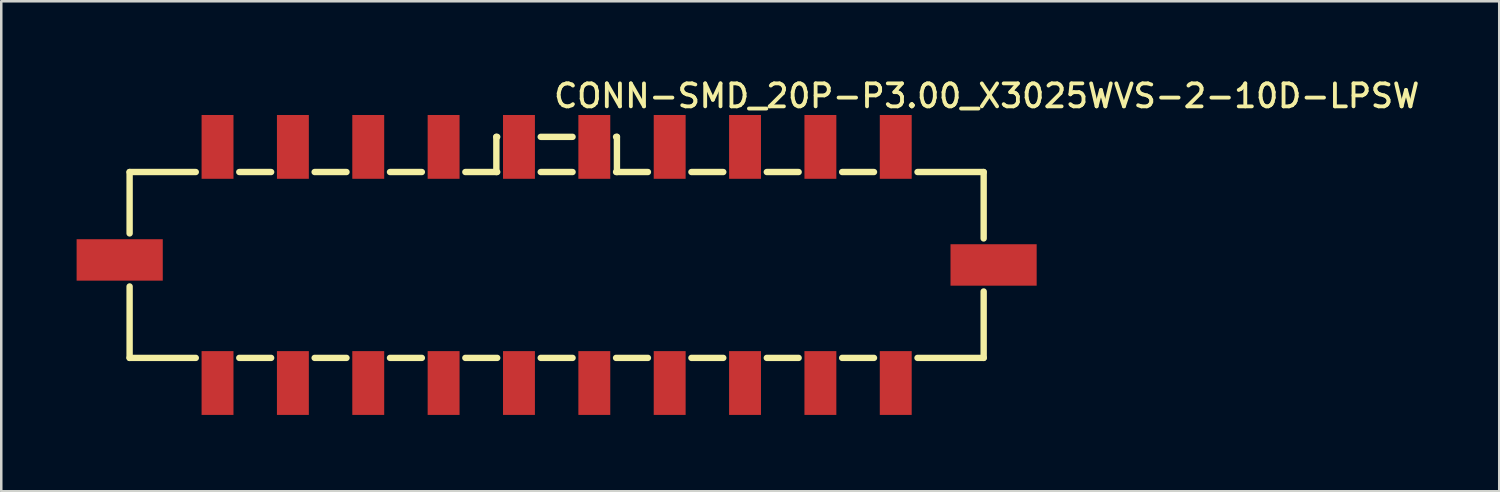
<source format=kicad_pcb>
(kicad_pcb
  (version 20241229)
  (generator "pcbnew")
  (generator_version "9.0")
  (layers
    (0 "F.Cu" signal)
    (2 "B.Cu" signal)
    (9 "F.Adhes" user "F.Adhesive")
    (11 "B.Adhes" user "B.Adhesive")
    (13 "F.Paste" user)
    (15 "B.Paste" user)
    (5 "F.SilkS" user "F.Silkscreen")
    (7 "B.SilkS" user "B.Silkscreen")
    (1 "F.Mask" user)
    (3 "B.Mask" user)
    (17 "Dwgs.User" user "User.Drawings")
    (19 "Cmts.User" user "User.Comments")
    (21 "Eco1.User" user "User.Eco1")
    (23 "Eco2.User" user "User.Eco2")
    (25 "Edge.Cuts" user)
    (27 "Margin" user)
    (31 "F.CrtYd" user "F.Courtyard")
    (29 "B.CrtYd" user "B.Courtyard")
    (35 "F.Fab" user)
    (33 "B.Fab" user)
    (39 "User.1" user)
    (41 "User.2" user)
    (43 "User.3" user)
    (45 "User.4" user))
  (footprint "CONN-SMD_20P-P3.00_X3025WVS-2-10D-LPSW"
    (layer "F.Cu")
    (at 19.11 7.498)
    (property "Reference" "CONN-SMD_20P-P3.00_X3025WVS-2-10D-LPSW" (at -0.192 -7.264 0) (layer "F.SilkS") (effects (font (size 0.914 0.914) (thickness 0.152)) (justify left top)))
    (fp_line (start -17 -3.7) (end -17 -1.256) (stroke (width 0.254) (type default)) (layer "F.SilkS"))
    (fp_line (start -17 -3.7) (end -14.366 -3.7) (stroke (width 0.254) (type default)) (layer "F.SilkS"))
    (fp_line (start -17 0.856) (end -17 3.7) (stroke (width 0.254) (type default)) (layer "F.SilkS"))
    (fp_line (start -17 3.7) (end -14.366 3.7) (stroke (width 0.254) (type default)) (layer "F.SilkS"))
    (fp_line (start -12.634 3.7) (end -11.366 3.7) (stroke (width 0.254) (type default)) (layer "F.SilkS"))
    (fp_line (start -11.366 -3.7) (end -12.634 -3.7) (stroke (width 0.254) (type default)) (layer "F.SilkS"))
    (fp_line (start -9.634 3.7) (end -8.366 3.7) (stroke (width 0.254) (type default)) (layer "F.SilkS"))
    (fp_line (start -8.366 -3.7) (end -9.634 -3.7) (stroke (width 0.254) (type default)) (layer "F.SilkS"))
    (fp_line (start -6.634 3.7) (end -5.366 3.7) (stroke (width 0.254) (type default)) (layer "F.SilkS"))
    (fp_line (start -5.366 -3.7) (end -6.634 -3.7) (stroke (width 0.254) (type default)) (layer "F.SilkS"))
    (fp_line (start -3.634 3.7) (end -2.366 3.7) (stroke (width 0.254) (type default)) (layer "F.SilkS"))
    (fp_line (start -2.4 -3.7) (end -2.4 -5.1) (stroke (width 0.254) (type default)) (layer "F.SilkS"))
    (fp_line (start -2.366 -3.7) (end -3.634 -3.7) (stroke (width 0.254) (type default)) (layer "F.SilkS"))
    (fp_line (start -2.366 -5.1) (end -2.4 -5.1) (stroke (width 0.254) (type default)) (layer "F.SilkS"))
    (fp_line (start -0.634 3.7) (end 0.634 3.7) (stroke (width 0.254) (type default)) (layer "F.SilkS"))
    (fp_line (start 0.634 -3.7) (end -0.634 -3.7) (stroke (width 0.254) (type default)) (layer "F.SilkS"))
    (fp_line (start 0.634 -5.1) (end -0.634 -5.1) (stroke (width 0.254) (type default)) (layer "F.SilkS"))
    (fp_line (start 2.366 3.7) (end 3.634 3.7) (stroke (width 0.254) (type default)) (layer "F.SilkS"))
    (fp_line (start 2.4 -5.1) (end 2.366 -5.1) (stroke (width 0.254) (type default)) (layer "F.SilkS"))
    (fp_line (start 2.4 -3.7) (end 2.4 -5.1) (stroke (width 0.254) (type default)) (layer "F.SilkS"))
    (fp_line (start 3.634 -3.7) (end 2.366 -3.7) (stroke (width 0.254) (type default)) (layer "F.SilkS"))
    (fp_line (start 5.366 3.7) (end 6.634 3.7) (stroke (width 0.254) (type default)) (layer "F.SilkS"))
    (fp_line (start 6.634 -3.7) (end 5.366 -3.7) (stroke (width 0.254) (type default)) (layer "F.SilkS"))
    (fp_line (start 8.366 3.7) (end 9.634 3.7) (stroke (width 0.254) (type default)) (layer "F.SilkS"))
    (fp_line (start 9.634 -3.7) (end 8.366 -3.7) (stroke (width 0.254) (type default)) (layer "F.SilkS"))
    (fp_line (start 11.366 3.7) (end 12.634 3.7) (stroke (width 0.254) (type default)) (layer "F.SilkS"))
    (fp_line (start 12.634 -3.7) (end 11.366 -3.7) (stroke (width 0.254) (type default)) (layer "F.SilkS"))
    (fp_line (start 14.366 3.7) (end 17 3.7) (stroke (width 0.254) (type default)) (layer "F.SilkS"))
    (fp_line (start 17 -3.7) (end 14.366 -3.7) (stroke (width 0.254) (type default)) (layer "F.SilkS"))
    (fp_line (start 17 -1.056) (end 17 -3.7) (stroke (width 0.254) (type default)) (layer "F.SilkS"))
    (fp_line (start 17 3.7) (end 17 1.056) (stroke (width 0.254) (type default)) (layer "F.SilkS"))
    (fp_circle (center 17.525 5.951) (end 17.555 5.951) (stroke (width 0.06) (type default)) (fill no) (layer "User.5"))
    (pad "1" smd rect (at 13.5 4.7 90) (size 2.54 1.27) (layers "F.Cu" "F.Mask" "F.Paste"))
    (pad "2" smd rect (at 10.5 4.7 90) (size 2.54 1.27) (layers "F.Cu" "F.Mask" "F.Paste"))
    (pad "3" smd rect (at 7.5 4.7 90) (size 2.54 1.27) (layers "F.Cu" "F.Mask" "F.Paste"))
    (pad "4" smd rect (at 4.5 4.7 90) (size 2.54 1.27) (layers "F.Cu" "F.Mask" "F.Paste"))
    (pad "5" smd rect (at 1.5 4.7 90) (size 2.54 1.27) (layers "F.Cu" "F.Mask" "F.Paste"))
    (pad "6" smd rect (at -1.5 4.7 90) (size 2.54 1.27) (layers "F.Cu" "F.Mask" "F.Paste"))
    (pad "7" smd rect (at -4.5 4.7 90) (size 2.54 1.27) (layers "F.Cu" "F.Mask" "F.Paste"))
    (pad "8" smd rect (at -7.5 4.7 90) (size 2.54 1.27) (layers "F.Cu" "F.Mask" "F.Paste"))
    (pad "9" smd rect (at -10.5 4.7 90) (size 2.54 1.27) (layers "F.Cu" "F.Mask" "F.Paste"))
    (pad "10" smd rect (at -13.5 4.7 90) (size 2.54 1.27) (layers "F.Cu" "F.Mask" "F.Paste"))
    (pad "11" smd rect (at 13.5 -4.7 90) (size 2.54 1.27) (layers "F.Cu" "F.Mask" "F.Paste"))
    (pad "12" smd rect (at 10.5 -4.7 90) (size 2.54 1.27) (layers "F.Cu" "F.Mask" "F.Paste"))
    (pad "13" smd rect (at 7.5 -4.7 90) (size 2.54 1.27) (layers "F.Cu" "F.Mask" "F.Paste"))
    (pad "14" smd rect (at 4.5 -4.7 90) (size 2.54 1.27) (layers "F.Cu" "F.Mask" "F.Paste"))
    (pad "15" smd rect (at 1.5 -4.7 90) (size 2.54 1.27) (layers "F.Cu" "F.Mask" "F.Paste"))
    (pad "16" smd rect (at -1.5 -4.7 90) (size 2.54 1.27) (layers "F.Cu" "F.Mask" "F.Paste"))
    (pad "17" smd rect (at -4.5 -4.7 90) (size 2.54 1.27) (layers "F.Cu" "F.Mask" "F.Paste"))
    (pad "18" smd rect (at -7.5 -4.7 90) (size 2.54 1.27) (layers "F.Cu" "F.Mask" "F.Paste"))
    (pad "19" smd rect (at -10.5 -4.7 90) (size 2.54 1.27) (layers "F.Cu" "F.Mask" "F.Paste"))
    (pad "20" smd rect (at -13.5 -4.7 90) (size 2.54 1.27) (layers "F.Cu" "F.Mask" "F.Paste"))
    (pad "21" smd rect (at -17.395 -0.2 180) (size 3.43 1.65) (layers "F.Cu" "F.Mask" "F.Paste"))
    (pad "22" smd rect (at 17.395 0 180) (size 3.43 1.65) (layers "F.Cu" "F.Mask" "F.Paste"))
    (zone (net_name "") (layer "F.SilkS") (hatch edge 0.5) (priority 100) (connect_pads yes) (min_thickness 0) (filled_areas_thickness no) (fill yes) (polygon (pts (xy 31.91 9.298) (xy 33.31 9.298) (xy 32.61 10.598))) (filled_polygon (layer "F.SilkS") (island) (pts (xy 31.91 9.298) (xy 33.31 9.298) (xy 32.61 10.598))))
    (zone (net_name "") (layer "Dwgs.User") (hatch edge 0.5) (priority 100) (connect_pads yes) (min_thickness 0) (filled_areas_thickness no) (fill yes) (polygon (pts (xy 31.91 9.298) (xy 33.31 9.298) (xy 32.61 10.598))) (filled_polygon (layer "Dwgs.User") (island) (pts (xy 31.91 9.298) (xy 33.31 9.298) (xy 32.61 10.598))))
    (zone (net_name "") (layer "Dwgs.User") (hatch edge 0.5) (priority 100) (connect_pads yes) (min_thickness 0) (filled_areas_thickness no) (fill yes) (polygon (pts (xy 18.11 2.398) (xy 18.11 3.798) (xy 20.11 3.798) (xy 20.11 2.398))) (filled_polygon (layer "Dwgs.User") (island) (pts (xy 18.11 2.398) (xy 18.11 3.798) (xy 20.11 3.798) (xy 20.11 2.398))))
    (zone (net_name "") (layer "User.3") (hatch edge 0.5) (priority 100) (connect_pads yes) (min_thickness 0) (filled_areas_thickness no) (fill yes) (polygon (pts (xy 2.285 11.248) (xy 2.285 3.848) (xy 35.935 3.848) (xy 35.935 11.248))) (filled_polygon (layer "User.3") (island) (pts (xy 2.285 11.248) (xy 2.285 3.848) (xy 35.935 3.848) (xy 35.935 11.248))))
    (zone (net_name "") (layer "User.4") (hatch edge 0.5) (priority 100) (connect_pads yes) (min_thickness 0) (filled_areas_thickness no) (fill yes) (polygon (pts (xy 3.985 7.948) (xy 1.585 7.948) (xy 1.585 6.648) (xy 3.985 6.648))) (filled_polygon (layer "User.4") (island) (pts (xy 3.985 7.948) (xy 1.585 7.948) (xy 1.585 6.648) (xy 3.985 6.648))))
    (zone (net_name "") (layer "User.4") (hatch edge 0.5) (priority 100) (connect_pads yes) (min_thickness 0) (filled_areas_thickness no) (fill yes) (polygon (pts (xy 5.91 11.048) (xy 5.91 13.448) (xy 5.31 13.448) (xy 5.31 11.048))) (filled_polygon (layer "User.4") (island) (pts (xy 5.91 11.048) (xy 5.91 13.448) (xy 5.31 13.448) (xy 5.31 11.048))))
    (zone (net_name "") (layer "User.4") (hatch edge 0.5) (priority 100) (connect_pads yes) (min_thickness 0) (filled_areas_thickness no) (fill yes) (polygon (pts (xy 5.91 1.648) (xy 5.91 4.048) (xy 5.31 4.048) (xy 5.31 1.648))) (filled_polygon (layer "User.4") (island) (pts (xy 5.91 1.648) (xy 5.91 4.048) (xy 5.31 4.048) (xy 5.31 1.648))))
    (zone (net_name "") (layer "User.4") (hatch edge 0.5) (priority 100) (connect_pads yes) (min_thickness 0) (filled_areas_thickness no) (fill yes) (polygon (pts (xy 8.91 11.048) (xy 8.91 13.448) (xy 8.31 13.448) (xy 8.31 11.048))) (filled_polygon (layer "User.4") (island) (pts (xy 8.91 11.048) (xy 8.91 13.448) (xy 8.31 13.448) (xy 8.31 11.048))))
    (zone (net_name "") (layer "User.4") (hatch edge 0.5) (priority 100) (connect_pads yes) (min_thickness 0) (filled_areas_thickness no) (fill yes) (polygon (pts (xy 8.91 1.648) (xy 8.91 4.048) (xy 8.31 4.048) (xy 8.31 1.648))) (filled_polygon (layer "User.4") (island) (pts (xy 8.91 1.648) (xy 8.91 4.048) (xy 8.31 4.048) (xy 8.31 1.648))))
    (zone (net_name "") (layer "User.4") (hatch edge 0.5) (priority 100) (connect_pads yes) (min_thickness 0) (filled_areas_thickness no) (fill yes) (polygon (pts (xy 11.91 11.048) (xy 11.91 13.448) (xy 11.31 13.448) (xy 11.31 11.048))) (filled_polygon (layer "User.4") (island) (pts (xy 11.91 11.048) (xy 11.91 13.448) (xy 11.31 13.448) (xy 11.31 11.048))))
    (zone (net_name "") (layer "User.4") (hatch edge 0.5) (priority 100) (connect_pads yes) (min_thickness 0) (filled_areas_thickness no) (fill yes) (polygon (pts (xy 11.91 1.648) (xy 11.91 4.048) (xy 11.31 4.048) (xy 11.31 1.648))) (filled_polygon (layer "User.4") (island) (pts (xy 11.91 1.648) (xy 11.91 4.048) (xy 11.31 4.048) (xy 11.31 1.648))))
    (zone (net_name "") (layer "User.4") (hatch edge 0.5) (priority 100) (connect_pads yes) (min_thickness 0) (filled_areas_thickness no) (fill yes) (polygon (pts (xy 14.91 11.048) (xy 14.91 13.448) (xy 14.31 13.448) (xy 14.31 11.048))) (filled_polygon (layer "User.4") (island) (pts (xy 14.91 11.048) (xy 14.91 13.448) (xy 14.31 13.448) (xy 14.31 11.048))))
    (zone (net_name "") (layer "User.4") (hatch edge 0.5) (priority 100) (connect_pads yes) (min_thickness 0) (filled_areas_thickness no) (fill yes) (polygon (pts (xy 14.91 1.648) (xy 14.91 4.048) (xy 14.31 4.048) (xy 14.31 1.648))) (filled_polygon (layer "User.4") (island) (pts (xy 14.91 1.648) (xy 14.91 4.048) (xy 14.31 4.048) (xy 14.31 1.648))))
    (zone (net_name "") (layer "User.4") (hatch edge 0.5) (priority 100) (connect_pads yes) (min_thickness 0) (filled_areas_thickness no) (fill yes) (polygon (pts (xy 17.91 11.048) (xy 17.91 13.448) (xy 17.31 13.448) (xy 17.31 11.048))) (filled_polygon (layer "User.4") (island) (pts (xy 17.91 11.048) (xy 17.91 13.448) (xy 17.31 13.448) (xy 17.31 11.048))))
    (zone (net_name "") (layer "User.4") (hatch edge 0.5) (priority 100) (connect_pads yes) (min_thickness 0) (filled_areas_thickness no) (fill yes) (polygon (pts (xy 17.91 1.648) (xy 17.91 4.048) (xy 17.31 4.048) (xy 17.31 1.648))) (filled_polygon (layer "User.4") (island) (pts (xy 17.91 1.648) (xy 17.91 4.048) (xy 17.31 4.048) (xy 17.31 1.648))))
    (zone (net_name "") (layer "User.4") (hatch edge 0.5) (priority 100) (connect_pads yes) (min_thickness 0) (filled_areas_thickness no) (fill yes) (polygon (pts (xy 20.91 11.048) (xy 20.91 13.448) (xy 20.31 13.448) (xy 20.31 11.048))) (filled_polygon (layer "User.4") (island) (pts (xy 20.91 11.048) (xy 20.91 13.448) (xy 20.31 13.448) (xy 20.31 11.048))))
    (zone (net_name "") (layer "User.4") (hatch edge 0.5) (priority 100) (connect_pads yes) (min_thickness 0) (filled_areas_thickness no) (fill yes) (polygon (pts (xy 20.91 1.648) (xy 20.91 4.048) (xy 20.31 4.048) (xy 20.31 1.648))) (filled_polygon (layer "User.4") (island) (pts (xy 20.91 1.648) (xy 20.91 4.048) (xy 20.31 4.048) (xy 20.31 1.648))))
    (zone (net_name "") (layer "User.4") (hatch edge 0.5) (priority 100) (connect_pads yes) (min_thickness 0) (filled_areas_thickness no) (fill yes) (polygon (pts (xy 23.91 11.048) (xy 23.91 13.448) (xy 23.31 13.448) (xy 23.31 11.048))) (filled_polygon (layer "User.4") (island) (pts (xy 23.91 11.048) (xy 23.91 13.448) (xy 23.31 13.448) (xy 23.31 11.048))))
    (zone (net_name "") (layer "User.4") (hatch edge 0.5) (priority 100) (connect_pads yes) (min_thickness 0) (filled_areas_thickness no) (fill yes) (polygon (pts (xy 23.91 1.648) (xy 23.91 4.048) (xy 23.31 4.048) (xy 23.31 1.648))) (filled_polygon (layer "User.4") (island) (pts (xy 23.91 1.648) (xy 23.91 4.048) (xy 23.31 4.048) (xy 23.31 1.648))))
    (zone (net_name "") (layer "User.4") (hatch edge 0.5) (priority 100) (connect_pads yes) (min_thickness 0) (filled_areas_thickness no) (fill yes) (polygon (pts (xy 26.91 1.648) (xy 26.91 4.048) (xy 26.31 4.048) (xy 26.31 1.648))) (filled_polygon (layer "User.4") (island) (pts (xy 26.91 1.648) (xy 26.91 4.048) (xy 26.31 4.048) (xy 26.31 1.648))))
    (zone (net_name "") (layer "User.4") (hatch edge 0.5) (priority 100) (connect_pads yes) (min_thickness 0) (filled_areas_thickness no) (fill yes) (polygon (pts (xy 26.91 11.048) (xy 26.91 13.448) (xy 26.31 13.448) (xy 26.31 11.048))) (filled_polygon (layer "User.4") (island) (pts (xy 26.91 11.048) (xy 26.91 13.448) (xy 26.31 13.448) (xy 26.31 11.048))))
    (zone (net_name "") (layer "User.4") (hatch edge 0.5) (priority 100) (connect_pads yes) (min_thickness 0) (filled_areas_thickness no) (fill yes) (polygon (pts (xy 29.91 1.648) (xy 29.91 4.048) (xy 29.31 4.048) (xy 29.31 1.648))) (filled_polygon (layer "User.4") (island) (pts (xy 29.91 1.648) (xy 29.91 4.048) (xy 29.31 4.048) (xy 29.31 1.648))))
    (zone (net_name "") (layer "User.4") (hatch edge 0.5) (priority 100) (connect_pads yes) (min_thickness 0) (filled_areas_thickness no) (fill yes) (polygon (pts (xy 29.91 11.048) (xy 29.91 13.448) (xy 29.31 13.448) (xy 29.31 11.048))) (filled_polygon (layer "User.4") (island) (pts (xy 29.91 11.048) (xy 29.91 13.448) (xy 29.31 13.448) (xy 29.31 11.048))))
    (zone (net_name "") (layer "User.4") (hatch edge 0.5) (priority 100) (connect_pads yes) (min_thickness 0) (filled_areas_thickness no) (fill yes) (polygon (pts (xy 32.91 1.648) (xy 32.91 4.048) (xy 32.31 4.048) (xy 32.31 1.648))) (filled_polygon (layer "User.4") (island) (pts (xy 32.91 1.648) (xy 32.91 4.048) (xy 32.31 4.048) (xy 32.31 1.648))))
    (zone (net_name "") (layer "User.4") (hatch edge 0.5) (priority 100) (connect_pads yes) (min_thickness 0) (filled_areas_thickness no) (fill yes) (polygon (pts (xy 32.91 11.048) (xy 32.91 13.448) (xy 32.31 13.448) (xy 32.31 11.048))) (filled_polygon (layer "User.4") (island) (pts (xy 32.91 11.048) (xy 32.91 13.448) (xy 32.31 13.448) (xy 32.31 11.048))))
    (zone (net_name "") (layer "User.4") (hatch edge 0.5) (priority 100) (connect_pads yes) (min_thickness 0) (filled_areas_thickness no) (fill yes) (polygon (pts (xy 36.635 8.148) (xy 34.235 8.148) (xy 34.235 6.848) (xy 36.635 6.848))) (filled_polygon (layer "User.4") (island) (pts (xy 36.635 8.148) (xy 34.235 8.148) (xy 34.235 6.848) (xy 36.635 6.848)))))
  (gr_rect
    (start -3 -3)
    (end 56.635 16.508)
    (stroke (width 0.1) (type default))
    (fill no)
    (layer "Edge.Cuts")))
</source>
